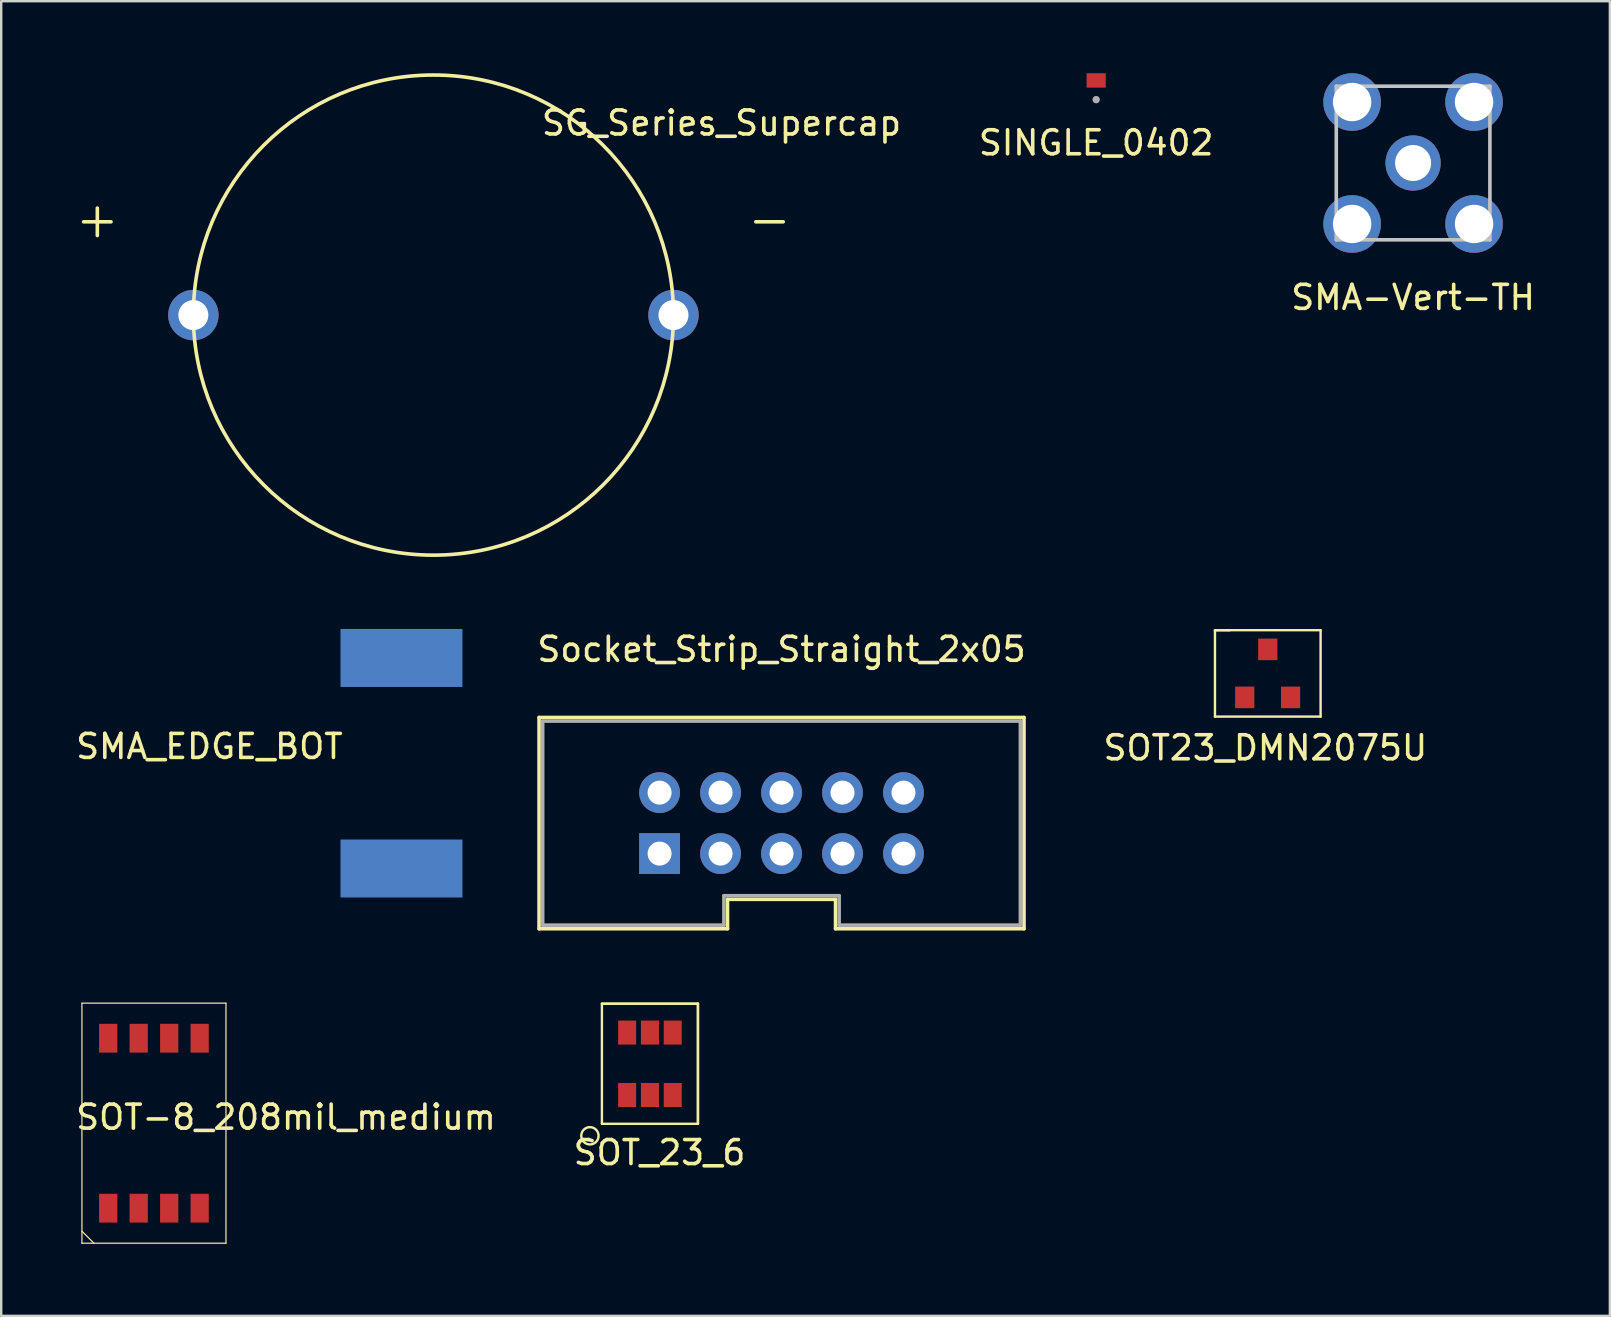
<source format=kicad_pcb>
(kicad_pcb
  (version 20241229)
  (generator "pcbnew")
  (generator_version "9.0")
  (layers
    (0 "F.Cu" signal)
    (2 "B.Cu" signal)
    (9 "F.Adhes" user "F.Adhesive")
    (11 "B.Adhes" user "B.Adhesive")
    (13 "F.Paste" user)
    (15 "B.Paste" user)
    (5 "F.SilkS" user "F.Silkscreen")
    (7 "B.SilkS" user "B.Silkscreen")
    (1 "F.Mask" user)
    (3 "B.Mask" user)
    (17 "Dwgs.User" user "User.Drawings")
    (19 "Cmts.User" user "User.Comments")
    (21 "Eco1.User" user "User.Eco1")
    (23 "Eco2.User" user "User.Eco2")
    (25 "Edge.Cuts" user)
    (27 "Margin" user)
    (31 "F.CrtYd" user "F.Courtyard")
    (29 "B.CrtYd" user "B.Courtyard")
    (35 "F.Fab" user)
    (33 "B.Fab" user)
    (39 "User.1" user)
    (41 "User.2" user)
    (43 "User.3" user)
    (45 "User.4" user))
  (footprint "SMA-Vert-TH"
    (layer "F.Cu")
    (at 55.813 3.74)
    (property "Reference" "SMA-Vert-TH" (at 0 5.6 0) (layer "F.SilkS") (effects (font (size 1 1) (thickness 0.15))))
    (attr through_hole)
    (fp_line (start -3.2 -3.2) (end 3.2 -3.2) (stroke (width 0.15) (type solid)) (layer "Dwgs.User"))
    (fp_line (start -3.2 3.2) (end -3.2 -3.2) (stroke (width 0.15) (type solid)) (layer "Dwgs.User"))
    (fp_line (start 3.2 -3.2) (end 3.2 3.2) (stroke (width 0.15) (type solid)) (layer "Dwgs.User"))
    (fp_line (start 3.2 3.2) (end -3.2 3.2) (stroke (width 0.15) (type solid)) (layer "Dwgs.User"))
    (pad "1" thru_hole circle (at 0 0) (size 2.3 2.3) (drill 1.5) (layers "*.Cu" "*.Mask"))
    (pad "2" thru_hole circle (at -2.54 -2.54) (size 2.4 2.4) (drill 1.6) (layers "*.Cu" "*.Mask"))
    (pad "2" thru_hole circle (at -2.54 2.54) (size 2.4 2.4) (drill 1.6) (layers "*.Cu" "*.Mask"))
    (pad "2" thru_hole circle (at 2.54 -2.54) (size 2.4 2.4) (drill 1.6) (layers "*.Cu" "*.Mask"))
    (pad "2" thru_hole circle (at 2.54 2.54) (size 2.4 2.4) (drill 1.6) (layers "*.Cu" "*.Mask")))
  (footprint "SOT-8_208mil_medium"
    (layer "F.Cu")
    (at 3.363 43.737)
    (property "Reference" "SOT-8_208mil_medium" (at 5.5 -0.25 0) (layer "F.SilkS") (effects (font (size 1 1) (thickness 0.15))))
    (attr through_hole)
    (fp_line (start -3 -5) (end 3 -5) (stroke (width 0.05) (type solid)) (layer "F.SilkS"))
    (fp_line (start -3 5) (end -3 -5) (stroke (width 0.05) (type solid)) (layer "F.SilkS"))
    (fp_line (start -2.5 5) (end -3 4.5) (stroke (width 0.05) (type solid)) (layer "F.SilkS"))
    (fp_line (start 3 -5) (end 3 5) (stroke (width 0.05) (type solid)) (layer "F.SilkS"))
    (fp_line (start 3 5) (end -3 5) (stroke (width 0.05) (type solid)) (layer "F.SilkS"))
    (pad "1" smd rect (at -1.905 3.54) (size 0.76 1.2) (layers "F.Cu" "F.Mask" "F.Paste"))
    (pad "2" smd rect (at -0.635 3.54) (size 0.76 1.2) (layers "F.Cu" "F.Mask" "F.Paste"))
    (pad "3" smd rect (at 0.635 3.54) (size 0.76 1.2) (layers "F.Cu" "F.Mask" "F.Paste"))
    (pad "4" smd rect (at 1.905 3.54) (size 0.76 1.2) (layers "F.Cu" "F.Mask" "F.Paste"))
    (pad "5" smd rect (at 1.905 -3.54) (size 0.76 1.2) (layers "F.Cu" "F.Mask" "F.Paste"))
    (pad "6" smd rect (at 0.635 -3.54) (size 0.76 1.2) (layers "F.Cu" "F.Mask" "F.Paste"))
    (pad "7" smd rect (at -0.635 -3.54) (size 0.76 1.2) (layers "F.Cu" "F.Mask" "F.Paste"))
    (pad "8" smd rect (at -1.905 -3.54) (size 0.76 1.2) (layers "F.Cu" "F.Mask" "F.Paste")))
  (footprint "SOT_23_6"
    (layer "F.Cu")
    (at 24.023 41.262)
    (property "Reference" "SOT_23_6" (at 0.4 3.7 0) (layer "F.SilkS") (effects (font (size 1 1) (thickness 0.15))))
    (attr through_hole)
    (fp_line (start -2 -2.5) (end 2 -2.5) (stroke (width 0.1) (type solid)) (layer "F.SilkS"))
    (fp_line (start -2 -2.5) (end 2 -2.5) (stroke (width 0.1) (type solid)) (layer "F.SilkS"))
    (fp_line (start -2 2.5) (end -2 -2.5) (stroke (width 0.1) (type solid)) (layer "F.SilkS"))
    (fp_line (start 2 -2.5) (end 2 2.5) (stroke (width 0.1) (type solid)) (layer "F.SilkS"))
    (fp_line (start 2 -2.5) (end 2 2.5) (stroke (width 0.1) (type solid)) (layer "F.SilkS"))
    (fp_line (start 2 2.5) (end -2 2.5) (stroke (width 0.1) (type solid)) (layer "F.SilkS"))
    (fp_circle (center -2.5 3) (end -2.3 3.3) (stroke (width 0.1) (type solid)) (fill no) (layer "F.SilkS"))
    (pad "1" smd rect (at -0.95 1.3) (size 0.75 1) (layers "F.Cu" "F.Mask" "F.Paste"))
    (pad "2" smd rect (at 0 1.3) (size 0.75 1) (layers "F.Cu" "F.Mask" "F.Paste"))
    (pad "3" smd rect (at 0.95 1.3) (size 0.75 1) (layers "F.Cu" "F.Mask" "F.Paste"))
    (pad "4" smd rect (at 0.95 -1.3) (size 0.75 1) (layers "F.Cu" "F.Mask" "F.Paste"))
    (pad "5" smd rect (at 0 -1.3) (size 0.75 1) (layers "F.Cu" "F.Mask" "F.Paste"))
    (pad "6" smd rect (at -0.95 -1.3) (size 0.75 1) (layers "F.Cu" "F.Mask" "F.Paste")))
  (footprint "SINGLE_0402"
    (layer "F.Cu")
    (at 42.611 0.3)
    (property "Reference" "SINGLE_0402" (at 0 2.6 0) (layer "F.SilkS") (effects (font (size 1 1) (thickness 0.15))))
    (attr through_hole)
    (fp_circle (center 0 0.8) (end 0.005 0.8) (stroke (width 0.15) (type solid)) (fill no) (layer "F.Fab"))
    (pad "1" smd rect (at 0 0) (size 0.8 0.6) (layers "F.Cu" "F.Mask" "F.Paste")))
  (footprint "SG_Series_Supercap"
    (layer "F.Cu")
    (at 15.004 10.075)
    (property "Reference" "SG_Series_Supercap" (at 12 -8 0) (layer "F.SilkS") (effects (font (size 1 1) (thickness 0.15))))
    (attr through_hole)
    (fp_circle (center 0 0) (end 10 0) (stroke (width 0.15) (type solid)) (fill no) (layer "F.SilkS"))
    (fp_text user "+" (at -14 -4 0) (layer "F.SilkS") (effects (font (size 1.5 1.5) (thickness 0.15))))
    (fp_text user "-" (at 14 -4 0) (layer "F.SilkS") (effects (font (size 1.5 1.5) (thickness 0.15))))
    (pad "1" thru_hole circle (at -10 0) (size 2.1 2.1) (drill 1.25) (layers "*.Cu" "*.Mask"))
    (pad "2" thru_hole circle (at 10 0) (size 2.1 2.1) (drill 1.25) (layers "*.Cu" "*.Mask")))
  (footprint "Socket_Strip_Straight_2x05"
    (layer "F.Cu")
    (at 29.505 31.237)
    (property "Reference" "Socket_Strip_Straight_2x05" (at 0 -7.239 0) (layer "F.SilkS") (effects (font (size 1 1) (thickness 0.15))))
    (attr through_hole)
    (fp_line (start -10.1 4.4) (end -10.1 -4.4) (stroke (width 0.15) (type solid)) (layer "F.SilkS"))
    (fp_line (start -2.25 3.175) (end 2.25 3.175) (stroke (width 0.15) (type solid)) (layer "F.SilkS"))
    (fp_line (start -2.25 4.4) (end -10.1 4.4) (stroke (width 0.15) (type solid)) (layer "F.SilkS"))
    (fp_line (start -2.25 4.4) (end -2.25 3.175) (stroke (width 0.15) (type solid)) (layer "F.SilkS"))
    (fp_line (start 2.25 3.175) (end 2.25 4.4) (stroke (width 0.15) (type solid)) (layer "F.SilkS"))
    (fp_line (start 10.1 -4.4) (end -10.1 -4.4) (stroke (width 0.15) (type solid)) (layer "F.SilkS"))
    (fp_line (start 10.1 4.4) (end 2.25 4.4) (stroke (width 0.15) (type solid)) (layer "F.SilkS"))
    (fp_line (start 10.1 4.4) (end 10.1 -4.4) (stroke (width 0.15) (type solid)) (layer "F.SilkS"))
    (fp_line (start -9.95 -4.25) (end 9.95 -4.25) (stroke (width 0.15) (type solid)) (layer "F.Fab"))
    (fp_line (start -9.95 4.25) (end -9.95 -4.25) (stroke (width 0.15) (type solid)) (layer "F.Fab"))
    (fp_line (start -2.413 4.25) (end -9.95 4.25) (stroke (width 0.15) (type solid)) (layer "F.Fab"))
    (fp_line (start -2.4 3.025) (end -2.4 4.25) (stroke (width 0.15) (type solid)) (layer "F.Fab"))
    (fp_line (start 2.4 3.025) (end -2.4 3.025) (stroke (width 0.15) (type solid)) (layer "F.Fab"))
    (fp_line (start 2.4 4.25) (end 2.4 3.025) (stroke (width 0.15) (type solid)) (layer "F.Fab"))
    (fp_line (start 9.95 -4.25) (end 9.95 4.25) (stroke (width 0.15) (type solid)) (layer "F.Fab"))
    (fp_line (start 9.95 4.25) (end 2.4 4.25) (stroke (width 0.15) (type solid)) (layer "F.Fab"))
    (pad "1" thru_hole rect (at -5.08 1.27) (size 1.7 1.7) (drill 1) (layers "*.Cu" "*.Mask"))
    (pad "2" thru_hole circle (at -5.08 -1.27) (size 1.7 1.7) (drill 1) (layers "*.Cu" "*.Mask"))
    (pad "3" thru_hole circle (at -2.54 1.27) (size 1.7 1.7) (drill 1) (layers "*.Cu" "*.Mask"))
    (pad "4" thru_hole circle (at -2.54 -1.27) (size 1.7 1.7) (drill 1) (layers "*.Cu" "*.Mask"))
    (pad "5" thru_hole circle (at 0 1.27) (size 1.7 1.7) (drill 1) (layers "*.Cu" "*.Mask"))
    (pad "6" thru_hole circle (at 0 -1.27) (size 1.7 1.7) (drill 1) (layers "*.Cu" "*.Mask"))
    (pad "7" thru_hole oval (at 2.54 1.27) (size 1.7 1.7) (drill 1) (layers "*.Cu" "*.Mask"))
    (pad "8" thru_hole circle (at 2.54 -1.27) (size 1.7 1.7) (drill 1) (layers "*.Cu" "*.Mask"))
    (pad "9" thru_hole circle (at 5.08 1.27) (size 1.7 1.7) (drill 1) (layers "*.Cu" "*.Mask"))
    (pad "10" thru_hole circle (at 5.08 -1.27) (size 1.7 1.7) (drill 1) (layers "*.Cu" "*.Mask")))
  (footprint "SMA_EDGE_BOT"
    (layer "F.Cu")
    (at 11.134 28.743)
    (property "Reference" "SMA_EDGE_BOT" (at -5.461 -0.699 0) (layer "F.SilkS") (effects (font (size 1 1) (thickness 0.15))))
    (attr through_hole)
    (pad "1" smd rect (at 2.54 4.385) (size 5.08 2.415) (layers "F.Mask" "B.Cu" "F.Paste"))
    (pad "3" smd rect (at 2.54 -4.385) (size 5.08 2.415) (layers "F.Mask" "B.Cu" "F.Paste")))
  (footprint "SOT23_DMN2075U"
    (layer "F.Cu")
    (at 49.76 25)
    (property "Reference" "SOT23_DMN2075U" (at -0.1 3.1 0) (layer "F.SilkS") (effects (font (size 1 1) (thickness 0.15))))
    (attr through_hole)
    (fp_line (start -2.2 -1.8) (end -1.6 -1.8) (stroke (width 0.1) (type solid)) (layer "F.SilkS"))
    (fp_line (start -2.2 1.8) (end -2.2 -1.8) (stroke (width 0.1) (type solid)) (layer "F.SilkS"))
    (fp_line (start -1.6 -1.8) (end -2.2 -1.8) (stroke (width 0.1) (type solid)) (layer "F.SilkS"))
    (fp_line (start -1.6 -1.8) (end 2.2 -1.8) (stroke (width 0.1) (type solid)) (layer "F.SilkS"))
    (fp_line (start 2.2 -1.8) (end 2.2 1.8) (stroke (width 0.1) (type solid)) (layer "F.SilkS"))
    (fp_line (start 2.2 1.8) (end -2.2 1.8) (stroke (width 0.1) (type solid)) (layer "F.SilkS"))
    (pad "1" smd rect (at 0 -1) (size 0.8 0.9) (layers "F.Cu" "F.Mask" "F.Paste"))
    (pad "2" smd rect (at -0.96 1) (size 0.8 0.9) (layers "F.Cu" "F.Mask" "F.Paste"))
    (pad "3" smd rect (at 0.95 1) (size 0.8 0.9) (layers "F.Cu" "F.Mask" "F.Paste")))
  (gr_rect
    (start -3 -3)
    (end 64.01 51.762)
    (stroke (width 0.1) (type default))
    (fill no)
    (layer "Edge.Cuts")))
</source>
